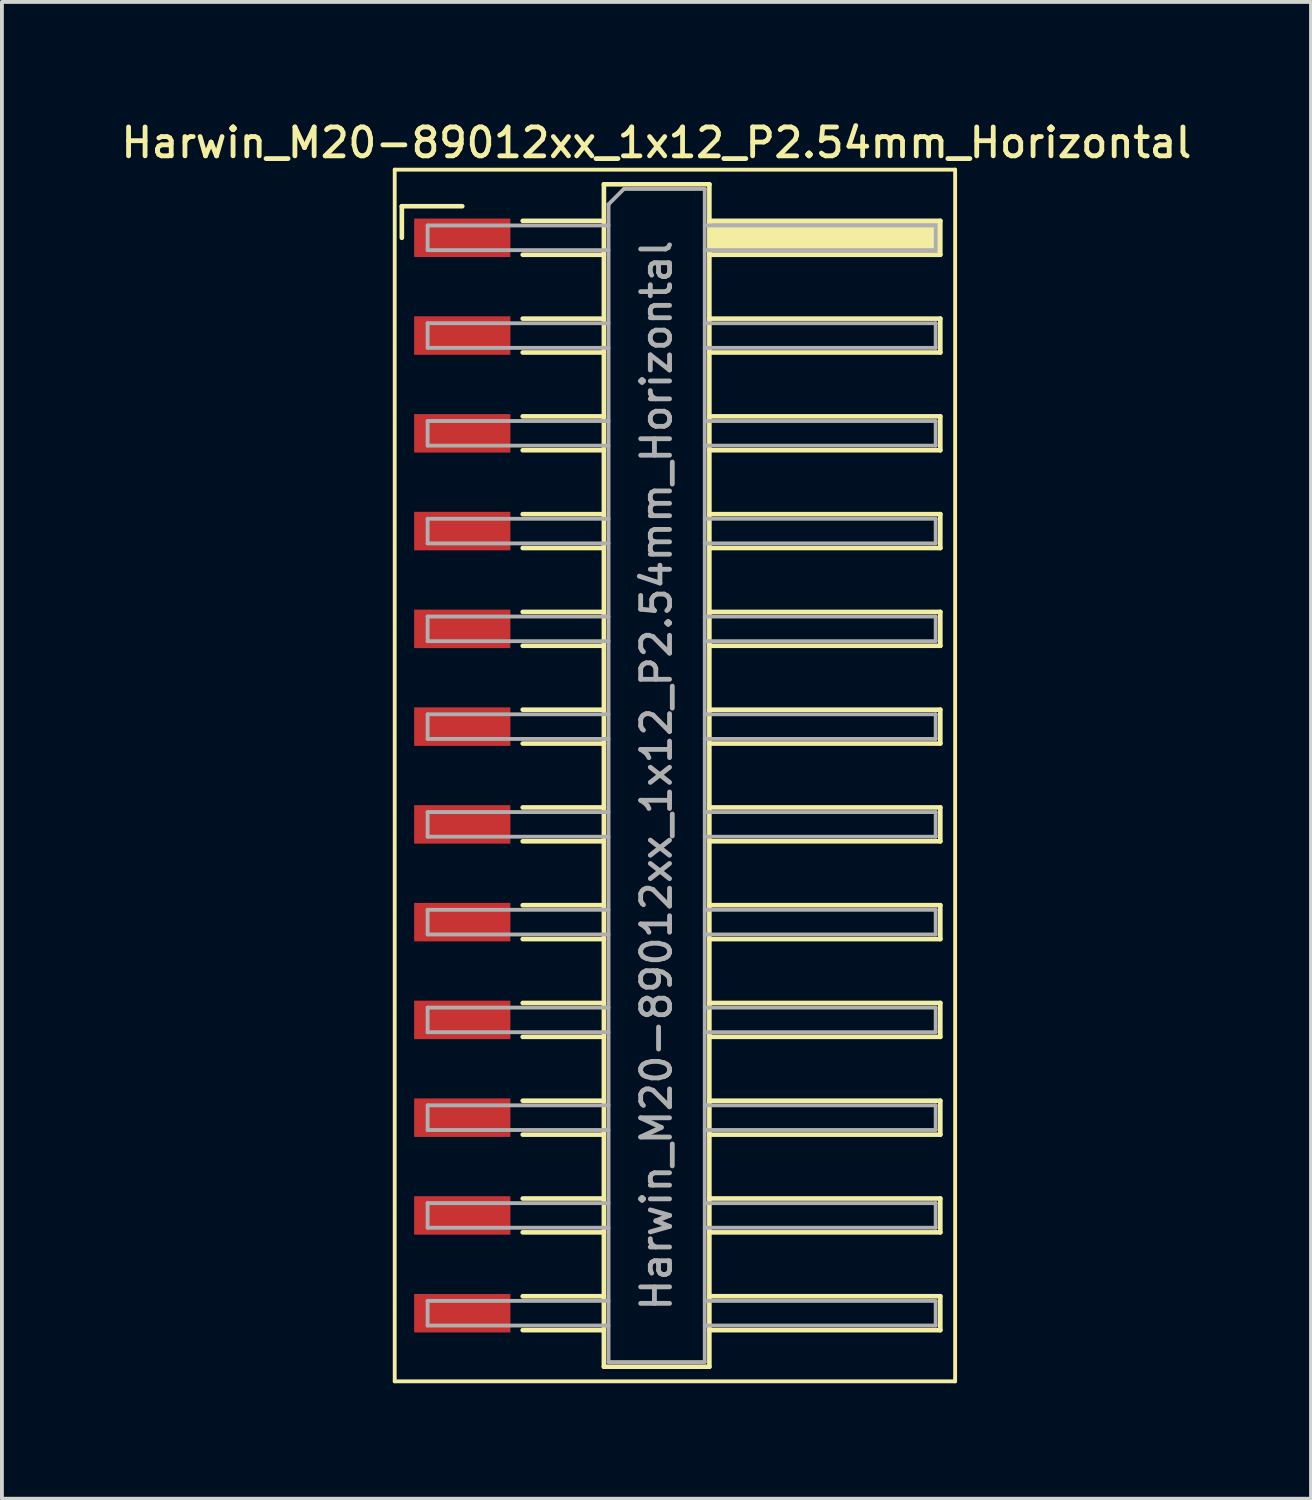
<source format=kicad_pcb>
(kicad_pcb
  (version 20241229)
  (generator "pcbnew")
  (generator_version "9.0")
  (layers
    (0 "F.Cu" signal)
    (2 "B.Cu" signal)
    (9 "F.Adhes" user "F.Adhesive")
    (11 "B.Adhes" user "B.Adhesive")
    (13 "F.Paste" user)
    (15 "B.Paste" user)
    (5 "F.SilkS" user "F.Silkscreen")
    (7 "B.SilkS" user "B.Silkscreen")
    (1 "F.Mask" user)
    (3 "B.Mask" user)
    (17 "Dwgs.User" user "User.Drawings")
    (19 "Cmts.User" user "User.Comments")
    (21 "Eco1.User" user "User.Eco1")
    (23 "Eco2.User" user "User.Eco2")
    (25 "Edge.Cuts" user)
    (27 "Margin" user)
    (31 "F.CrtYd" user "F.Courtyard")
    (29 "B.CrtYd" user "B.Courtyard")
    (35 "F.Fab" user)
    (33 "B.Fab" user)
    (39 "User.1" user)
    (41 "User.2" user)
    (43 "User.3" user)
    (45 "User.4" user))
  (footprint "Harwin_M20-89012xx_1x12_P2.54mm_Horizontal"
    (layer "F.Cu")
    (at 14.485 17.098)
    (property "Reference" "Harwin_M20-89012xx_1x12_P2.54mm_Horizontal" (at -0.48 -16.44 0) (layer "F.SilkS") (effects (font (size 0.75 0.75) (thickness 0.125))))
    (attr smd)
    (fp_line (start -7.28 -15.74) (end 7.28 -15.74) (stroke (width 0.1) (type solid)) (layer "F.SilkS"))
    (fp_line (start -7.28 15.74) (end -7.28 -15.74) (stroke (width 0.1) (type solid)) (layer "F.SilkS"))
    (fp_line (start -7.095 -14.79) (end -5.525 -14.79) (stroke (width 0.12) (type solid)) (layer "F.SilkS"))
    (fp_line (start -7.095 -13.97) (end -7.095 -14.79) (stroke (width 0.12) (type solid)) (layer "F.SilkS"))
    (fp_line (start -3.955 -14.41) (end -1.845 -14.41) (stroke (width 0.12) (type solid)) (layer "F.SilkS"))
    (fp_line (start -3.955 -13.53) (end -1.845 -13.53) (stroke (width 0.12) (type solid)) (layer "F.SilkS"))
    (fp_line (start -3.955 -11.87) (end -1.845 -11.87) (stroke (width 0.12) (type solid)) (layer "F.SilkS"))
    (fp_line (start -3.955 -10.99) (end -1.845 -10.99) (stroke (width 0.12) (type solid)) (layer "F.SilkS"))
    (fp_line (start -3.955 -9.33) (end -1.845 -9.33) (stroke (width 0.12) (type solid)) (layer "F.SilkS"))
    (fp_line (start -3.955 -8.45) (end -1.845 -8.45) (stroke (width 0.12) (type solid)) (layer "F.SilkS"))
    (fp_line (start -3.955 -6.79) (end -1.845 -6.79) (stroke (width 0.12) (type solid)) (layer "F.SilkS"))
    (fp_line (start -3.955 -5.91) (end -1.845 -5.91) (stroke (width 0.12) (type solid)) (layer "F.SilkS"))
    (fp_line (start -3.955 -4.25) (end -1.845 -4.25) (stroke (width 0.12) (type solid)) (layer "F.SilkS"))
    (fp_line (start -3.955 -3.37) (end -1.845 -3.37) (stroke (width 0.12) (type solid)) (layer "F.SilkS"))
    (fp_line (start -3.955 -1.71) (end -1.845 -1.71) (stroke (width 0.12) (type solid)) (layer "F.SilkS"))
    (fp_line (start -3.955 -0.83) (end -1.845 -0.83) (stroke (width 0.12) (type solid)) (layer "F.SilkS"))
    (fp_line (start -3.955 0.83) (end -1.845 0.83) (stroke (width 0.12) (type solid)) (layer "F.SilkS"))
    (fp_line (start -3.955 1.71) (end -1.845 1.71) (stroke (width 0.12) (type solid)) (layer "F.SilkS"))
    (fp_line (start -3.955 3.37) (end -1.845 3.37) (stroke (width 0.12) (type solid)) (layer "F.SilkS"))
    (fp_line (start -3.955 4.25) (end -1.845 4.25) (stroke (width 0.12) (type solid)) (layer "F.SilkS"))
    (fp_line (start -3.955 5.91) (end -1.845 5.91) (stroke (width 0.12) (type solid)) (layer "F.SilkS"))
    (fp_line (start -3.955 6.79) (end -1.845 6.79) (stroke (width 0.12) (type solid)) (layer "F.SilkS"))
    (fp_line (start -3.955 8.45) (end -1.845 8.45) (stroke (width 0.12) (type solid)) (layer "F.SilkS"))
    (fp_line (start -3.955 9.33) (end -1.845 9.33) (stroke (width 0.12) (type solid)) (layer "F.SilkS"))
    (fp_line (start -3.955 10.99) (end -1.845 10.99) (stroke (width 0.12) (type solid)) (layer "F.SilkS"))
    (fp_line (start -3.955 11.87) (end -1.845 11.87) (stroke (width 0.12) (type solid)) (layer "F.SilkS"))
    (fp_line (start -3.955 13.53) (end -1.845 13.53) (stroke (width 0.12) (type solid)) (layer "F.SilkS"))
    (fp_line (start -3.955 14.41) (end -1.845 14.41) (stroke (width 0.12) (type solid)) (layer "F.SilkS"))
    (fp_line (start -1.845 -15.36) (end 0.895 -15.36) (stroke (width 0.12) (type solid)) (layer "F.SilkS"))
    (fp_line (start -1.845 15.36) (end -1.845 -15.36) (stroke (width 0.12) (type solid)) (layer "F.SilkS"))
    (fp_line (start 0.895 -15.36) (end 0.895 15.36) (stroke (width 0.12) (type solid)) (layer "F.SilkS"))
    (fp_line (start 0.895 -14.41) (end 6.895 -14.41) (stroke (width 0.12) (type solid)) (layer "F.SilkS"))
    (fp_line (start 0.895 -11.87) (end 6.895 -11.87) (stroke (width 0.12) (type solid)) (layer "F.SilkS"))
    (fp_line (start 0.895 -9.33) (end 6.895 -9.33) (stroke (width 0.12) (type solid)) (layer "F.SilkS"))
    (fp_line (start 0.895 -6.79) (end 6.895 -6.79) (stroke (width 0.12) (type solid)) (layer "F.SilkS"))
    (fp_line (start 0.895 -4.25) (end 6.895 -4.25) (stroke (width 0.12) (type solid)) (layer "F.SilkS"))
    (fp_line (start 0.895 -1.71) (end 6.895 -1.71) (stroke (width 0.12) (type solid)) (layer "F.SilkS"))
    (fp_line (start 0.895 0.83) (end 6.895 0.83) (stroke (width 0.12) (type solid)) (layer "F.SilkS"))
    (fp_line (start 0.895 3.37) (end 6.895 3.37) (stroke (width 0.12) (type solid)) (layer "F.SilkS"))
    (fp_line (start 0.895 5.91) (end 6.895 5.91) (stroke (width 0.12) (type solid)) (layer "F.SilkS"))
    (fp_line (start 0.895 8.45) (end 6.895 8.45) (stroke (width 0.12) (type solid)) (layer "F.SilkS"))
    (fp_line (start 0.895 10.99) (end 6.895 10.99) (stroke (width 0.12) (type solid)) (layer "F.SilkS"))
    (fp_line (start 0.895 13.53) (end 6.895 13.53) (stroke (width 0.12) (type solid)) (layer "F.SilkS"))
    (fp_line (start 0.895 15.36) (end -1.845 15.36) (stroke (width 0.12) (type solid)) (layer "F.SilkS"))
    (fp_line (start 6.895 -14.41) (end 6.895 -13.53) (stroke (width 0.12) (type solid)) (layer "F.SilkS"))
    (fp_line (start 6.895 -13.53) (end 0.895 -13.53) (stroke (width 0.12) (type solid)) (layer "F.SilkS"))
    (fp_line (start 6.895 -11.87) (end 6.895 -10.99) (stroke (width 0.12) (type solid)) (layer "F.SilkS"))
    (fp_line (start 6.895 -10.99) (end 0.895 -10.99) (stroke (width 0.12) (type solid)) (layer "F.SilkS"))
    (fp_line (start 6.895 -9.33) (end 6.895 -8.45) (stroke (width 0.12) (type solid)) (layer "F.SilkS"))
    (fp_line (start 6.895 -8.45) (end 0.895 -8.45) (stroke (width 0.12) (type solid)) (layer "F.SilkS"))
    (fp_line (start 6.895 -6.79) (end 6.895 -5.91) (stroke (width 0.12) (type solid)) (layer "F.SilkS"))
    (fp_line (start 6.895 -5.91) (end 0.895 -5.91) (stroke (width 0.12) (type solid)) (layer "F.SilkS"))
    (fp_line (start 6.895 -4.25) (end 6.895 -3.37) (stroke (width 0.12) (type solid)) (layer "F.SilkS"))
    (fp_line (start 6.895 -3.37) (end 0.895 -3.37) (stroke (width 0.12) (type solid)) (layer "F.SilkS"))
    (fp_line (start 6.895 -1.71) (end 6.895 -0.83) (stroke (width 0.12) (type solid)) (layer "F.SilkS"))
    (fp_line (start 6.895 -0.83) (end 0.895 -0.83) (stroke (width 0.12) (type solid)) (layer "F.SilkS"))
    (fp_line (start 6.895 0.83) (end 6.895 1.71) (stroke (width 0.12) (type solid)) (layer "F.SilkS"))
    (fp_line (start 6.895 1.71) (end 0.895 1.71) (stroke (width 0.12) (type solid)) (layer "F.SilkS"))
    (fp_line (start 6.895 3.37) (end 6.895 4.25) (stroke (width 0.12) (type solid)) (layer "F.SilkS"))
    (fp_line (start 6.895 4.25) (end 0.895 4.25) (stroke (width 0.12) (type solid)) (layer "F.SilkS"))
    (fp_line (start 6.895 5.91) (end 6.895 6.79) (stroke (width 0.12) (type solid)) (layer "F.SilkS"))
    (fp_line (start 6.895 6.79) (end 0.895 6.79) (stroke (width 0.12) (type solid)) (layer "F.SilkS"))
    (fp_line (start 6.895 8.45) (end 6.895 9.33) (stroke (width 0.12) (type solid)) (layer "F.SilkS"))
    (fp_line (start 6.895 9.33) (end 0.895 9.33) (stroke (width 0.12) (type solid)) (layer "F.SilkS"))
    (fp_line (start 6.895 10.99) (end 6.895 11.87) (stroke (width 0.12) (type solid)) (layer "F.SilkS"))
    (fp_line (start 6.895 11.87) (end 0.895 11.87) (stroke (width 0.12) (type solid)) (layer "F.SilkS"))
    (fp_line (start 6.895 13.53) (end 6.895 14.41) (stroke (width 0.12) (type solid)) (layer "F.SilkS"))
    (fp_line (start 6.895 14.41) (end 0.895 14.41) (stroke (width 0.12) (type solid)) (layer "F.SilkS"))
    (fp_line (start 7.28 -15.74) (end 7.28 15.74) (stroke (width 0.1) (type solid)) (layer "F.SilkS"))
    (fp_line (start 7.28 15.74) (end -7.28 15.74) (stroke (width 0.1) (type solid)) (layer "F.SilkS"))
    (fp_line (start -6.425 -14.29) (end -6.425 -13.65) (stroke (width 0.1) (type solid)) (layer "F.Fab"))
    (fp_line (start -6.425 -13.65) (end -1.725 -13.65) (stroke (width 0.1) (type solid)) (layer "F.Fab"))
    (fp_line (start -6.425 -11.75) (end -6.425 -11.11) (stroke (width 0.1) (type solid)) (layer "F.Fab"))
    (fp_line (start -6.425 -11.11) (end -1.725 -11.11) (stroke (width 0.1) (type solid)) (layer "F.Fab"))
    (fp_line (start -6.425 -9.21) (end -6.425 -8.57) (stroke (width 0.1) (type solid)) (layer "F.Fab"))
    (fp_line (start -6.425 -8.57) (end -1.725 -8.57) (stroke (width 0.1) (type solid)) (layer "F.Fab"))
    (fp_line (start -6.425 -6.67) (end -6.425 -6.03) (stroke (width 0.1) (type solid)) (layer "F.Fab"))
    (fp_line (start -6.425 -6.03) (end -1.725 -6.03) (stroke (width 0.1) (type solid)) (layer "F.Fab"))
    (fp_line (start -6.425 -4.13) (end -6.425 -3.49) (stroke (width 0.1) (type solid)) (layer "F.Fab"))
    (fp_line (start -6.425 -3.49) (end -1.725 -3.49) (stroke (width 0.1) (type solid)) (layer "F.Fab"))
    (fp_line (start -6.425 -1.59) (end -6.425 -0.95) (stroke (width 0.1) (type solid)) (layer "F.Fab"))
    (fp_line (start -6.425 -0.95) (end -1.725 -0.95) (stroke (width 0.1) (type solid)) (layer "F.Fab"))
    (fp_line (start -6.425 0.95) (end -6.425 1.59) (stroke (width 0.1) (type solid)) (layer "F.Fab"))
    (fp_line (start -6.425 1.59) (end -1.725 1.59) (stroke (width 0.1) (type solid)) (layer "F.Fab"))
    (fp_line (start -6.425 3.49) (end -6.425 4.13) (stroke (width 0.1) (type solid)) (layer "F.Fab"))
    (fp_line (start -6.425 4.13) (end -1.725 4.13) (stroke (width 0.1) (type solid)) (layer "F.Fab"))
    (fp_line (start -6.425 6.03) (end -6.425 6.67) (stroke (width 0.1) (type solid)) (layer "F.Fab"))
    (fp_line (start -6.425 6.67) (end -1.725 6.67) (stroke (width 0.1) (type solid)) (layer "F.Fab"))
    (fp_line (start -6.425 8.57) (end -6.425 9.21) (stroke (width 0.1) (type solid)) (layer "F.Fab"))
    (fp_line (start -6.425 9.21) (end -1.725 9.21) (stroke (width 0.1) (type solid)) (layer "F.Fab"))
    (fp_line (start -6.425 11.11) (end -6.425 11.75) (stroke (width 0.1) (type solid)) (layer "F.Fab"))
    (fp_line (start -6.425 11.75) (end -1.725 11.75) (stroke (width 0.1) (type solid)) (layer "F.Fab"))
    (fp_line (start -6.425 13.65) (end -6.425 14.29) (stroke (width 0.1) (type solid)) (layer "F.Fab"))
    (fp_line (start -6.425 14.29) (end -1.725 14.29) (stroke (width 0.1) (type solid)) (layer "F.Fab"))
    (fp_line (start -1.725 -14.84) (end -1.325 -15.24) (stroke (width 0.1) (type solid)) (layer "F.Fab"))
    (fp_line (start -1.725 -14.29) (end -6.425 -14.29) (stroke (width 0.1) (type solid)) (layer "F.Fab"))
    (fp_line (start -1.725 -11.75) (end -6.425 -11.75) (stroke (width 0.1) (type solid)) (layer "F.Fab"))
    (fp_line (start -1.725 -9.21) (end -6.425 -9.21) (stroke (width 0.1) (type solid)) (layer "F.Fab"))
    (fp_line (start -1.725 -6.67) (end -6.425 -6.67) (stroke (width 0.1) (type solid)) (layer "F.Fab"))
    (fp_line (start -1.725 -4.13) (end -6.425 -4.13) (stroke (width 0.1) (type solid)) (layer "F.Fab"))
    (fp_line (start -1.725 -1.59) (end -6.425 -1.59) (stroke (width 0.1) (type solid)) (layer "F.Fab"))
    (fp_line (start -1.725 0.95) (end -6.425 0.95) (stroke (width 0.1) (type solid)) (layer "F.Fab"))
    (fp_line (start -1.725 3.49) (end -6.425 3.49) (stroke (width 0.1) (type solid)) (layer "F.Fab"))
    (fp_line (start -1.725 6.03) (end -6.425 6.03) (stroke (width 0.1) (type solid)) (layer "F.Fab"))
    (fp_line (start -1.725 8.57) (end -6.425 8.57) (stroke (width 0.1) (type solid)) (layer "F.Fab"))
    (fp_line (start -1.725 11.11) (end -6.425 11.11) (stroke (width 0.1) (type solid)) (layer "F.Fab"))
    (fp_line (start -1.725 13.65) (end -6.425 13.65) (stroke (width 0.1) (type solid)) (layer "F.Fab"))
    (fp_line (start -1.725 15.24) (end -1.725 -14.84) (stroke (width 0.1) (type solid)) (layer "F.Fab"))
    (fp_line (start -1.325 -15.24) (end 0.775 -15.24) (stroke (width 0.1) (type solid)) (layer "F.Fab"))
    (fp_line (start 0.775 -15.24) (end 0.775 15.24) (stroke (width 0.1) (type solid)) (layer "F.Fab"))
    (fp_line (start 0.775 -14.29) (end 6.775 -14.29) (stroke (width 0.1) (type solid)) (layer "F.Fab"))
    (fp_line (start 0.775 -11.75) (end 6.775 -11.75) (stroke (width 0.1) (type solid)) (layer "F.Fab"))
    (fp_line (start 0.775 -9.21) (end 6.775 -9.21) (stroke (width 0.1) (type solid)) (layer "F.Fab"))
    (fp_line (start 0.775 -6.67) (end 6.775 -6.67) (stroke (width 0.1) (type solid)) (layer "F.Fab"))
    (fp_line (start 0.775 -4.13) (end 6.775 -4.13) (stroke (width 0.1) (type solid)) (layer "F.Fab"))
    (fp_line (start 0.775 -1.59) (end 6.775 -1.59) (stroke (width 0.1) (type solid)) (layer "F.Fab"))
    (fp_line (start 0.775 0.95) (end 6.775 0.95) (stroke (width 0.1) (type solid)) (layer "F.Fab"))
    (fp_line (start 0.775 3.49) (end 6.775 3.49) (stroke (width 0.1) (type solid)) (layer "F.Fab"))
    (fp_line (start 0.775 6.03) (end 6.775 6.03) (stroke (width 0.1) (type solid)) (layer "F.Fab"))
    (fp_line (start 0.775 8.57) (end 6.775 8.57) (stroke (width 0.1) (type solid)) (layer "F.Fab"))
    (fp_line (start 0.775 11.11) (end 6.775 11.11) (stroke (width 0.1) (type solid)) (layer "F.Fab"))
    (fp_line (start 0.775 13.65) (end 6.775 13.65) (stroke (width 0.1) (type solid)) (layer "F.Fab"))
    (fp_line (start 0.775 15.24) (end -1.725 15.24) (stroke (width 0.1) (type solid)) (layer "F.Fab"))
    (fp_line (start 6.775 -14.29) (end 6.775 -13.65) (stroke (width 0.1) (type solid)) (layer "F.Fab"))
    (fp_line (start 6.775 -13.65) (end 0.775 -13.65) (stroke (width 0.1) (type solid)) (layer "F.Fab"))
    (fp_line (start 6.775 -11.75) (end 6.775 -11.11) (stroke (width 0.1) (type solid)) (layer "F.Fab"))
    (fp_line (start 6.775 -11.11) (end 0.775 -11.11) (stroke (width 0.1) (type solid)) (layer "F.Fab"))
    (fp_line (start 6.775 -9.21) (end 6.775 -8.57) (stroke (width 0.1) (type solid)) (layer "F.Fab"))
    (fp_line (start 6.775 -8.57) (end 0.775 -8.57) (stroke (width 0.1) (type solid)) (layer "F.Fab"))
    (fp_line (start 6.775 -6.67) (end 6.775 -6.03) (stroke (width 0.1) (type solid)) (layer "F.Fab"))
    (fp_line (start 6.775 -6.03) (end 0.775 -6.03) (stroke (width 0.1) (type solid)) (layer "F.Fab"))
    (fp_line (start 6.775 -4.13) (end 6.775 -3.49) (stroke (width 0.1) (type solid)) (layer "F.Fab"))
    (fp_line (start 6.775 -3.49) (end 0.775 -3.49) (stroke (width 0.1) (type solid)) (layer "F.Fab"))
    (fp_line (start 6.775 -1.59) (end 6.775 -0.95) (stroke (width 0.1) (type solid)) (layer "F.Fab"))
    (fp_line (start 6.775 -0.95) (end 0.775 -0.95) (stroke (width 0.1) (type solid)) (layer "F.Fab"))
    (fp_line (start 6.775 0.95) (end 6.775 1.59) (stroke (width 0.1) (type solid)) (layer "F.Fab"))
    (fp_line (start 6.775 1.59) (end 0.775 1.59) (stroke (width 0.1) (type solid)) (layer "F.Fab"))
    (fp_line (start 6.775 3.49) (end 6.775 4.13) (stroke (width 0.1) (type solid)) (layer "F.Fab"))
    (fp_line (start 6.775 4.13) (end 0.775 4.13) (stroke (width 0.1) (type solid)) (layer "F.Fab"))
    (fp_line (start 6.775 6.03) (end 6.775 6.67) (stroke (width 0.1) (type solid)) (layer "F.Fab"))
    (fp_line (start 6.775 6.67) (end 0.775 6.67) (stroke (width 0.1) (type solid)) (layer "F.Fab"))
    (fp_line (start 6.775 8.57) (end 6.775 9.21) (stroke (width 0.1) (type solid)) (layer "F.Fab"))
    (fp_line (start 6.775 9.21) (end 0.775 9.21) (stroke (width 0.1) (type solid)) (layer "F.Fab"))
    (fp_line (start 6.775 11.11) (end 6.775 11.75) (stroke (width 0.1) (type solid)) (layer "F.Fab"))
    (fp_line (start 6.775 11.75) (end 0.775 11.75) (stroke (width 0.1) (type solid)) (layer "F.Fab"))
    (fp_line (start 6.775 13.65) (end 6.775 14.29) (stroke (width 0.1) (type solid)) (layer "F.Fab"))
    (fp_line (start 6.775 14.29) (end 0.775 14.29) (stroke (width 0.1) (type solid)) (layer "F.Fab"))
    (fp_text user "${REFERENCE}" (at -0.48 0 90) (layer "F.Fab") (effects (font (size 0.75 0.75) (thickness 0.125))))
    (pad "" smd rect (at 3.895 -13.97) (size 6 0.76) (layers "F.SilkS"))
    (pad "1" smd rect (at -5.525 -13.97) (size 2.5 1) (layers "F.Cu" "F.Mask" "F.Paste"))
    (pad "2" smd rect (at -5.525 -11.43) (size 2.5 1) (layers "F.Cu" "F.Mask" "F.Paste"))
    (pad "3" smd rect (at -5.525 -8.89) (size 2.5 1) (layers "F.Cu" "F.Mask" "F.Paste"))
    (pad "4" smd rect (at -5.525 -6.35) (size 2.5 1) (layers "F.Cu" "F.Mask" "F.Paste"))
    (pad "5" smd rect (at -5.525 -3.81) (size 2.5 1) (layers "F.Cu" "F.Mask" "F.Paste"))
    (pad "6" smd rect (at -5.525 -1.27) (size 2.5 1) (layers "F.Cu" "F.Mask" "F.Paste"))
    (pad "7" smd rect (at -5.525 1.27) (size 2.5 1) (layers "F.Cu" "F.Mask" "F.Paste"))
    (pad "8" smd rect (at -5.525 3.81) (size 2.5 1) (layers "F.Cu" "F.Mask" "F.Paste"))
    (pad "9" smd rect (at -5.525 6.35) (size 2.5 1) (layers "F.Cu" "F.Mask" "F.Paste"))
    (pad "10" smd rect (at -5.525 8.89) (size 2.5 1) (layers "F.Cu" "F.Mask" "F.Paste"))
    (pad "11" smd rect (at -5.525 11.43) (size 2.5 1) (layers "F.Cu" "F.Mask" "F.Paste"))
    (pad "12" smd rect (at -5.525 13.97) (size 2.5 1) (layers "F.Cu" "F.Mask" "F.Paste")))
  (gr_rect
    (start -3 -3)
    (end 31.011 35.888)
    (stroke (width 0.1) (type default))
    (fill no)
    (layer "Edge.Cuts")))
</source>
